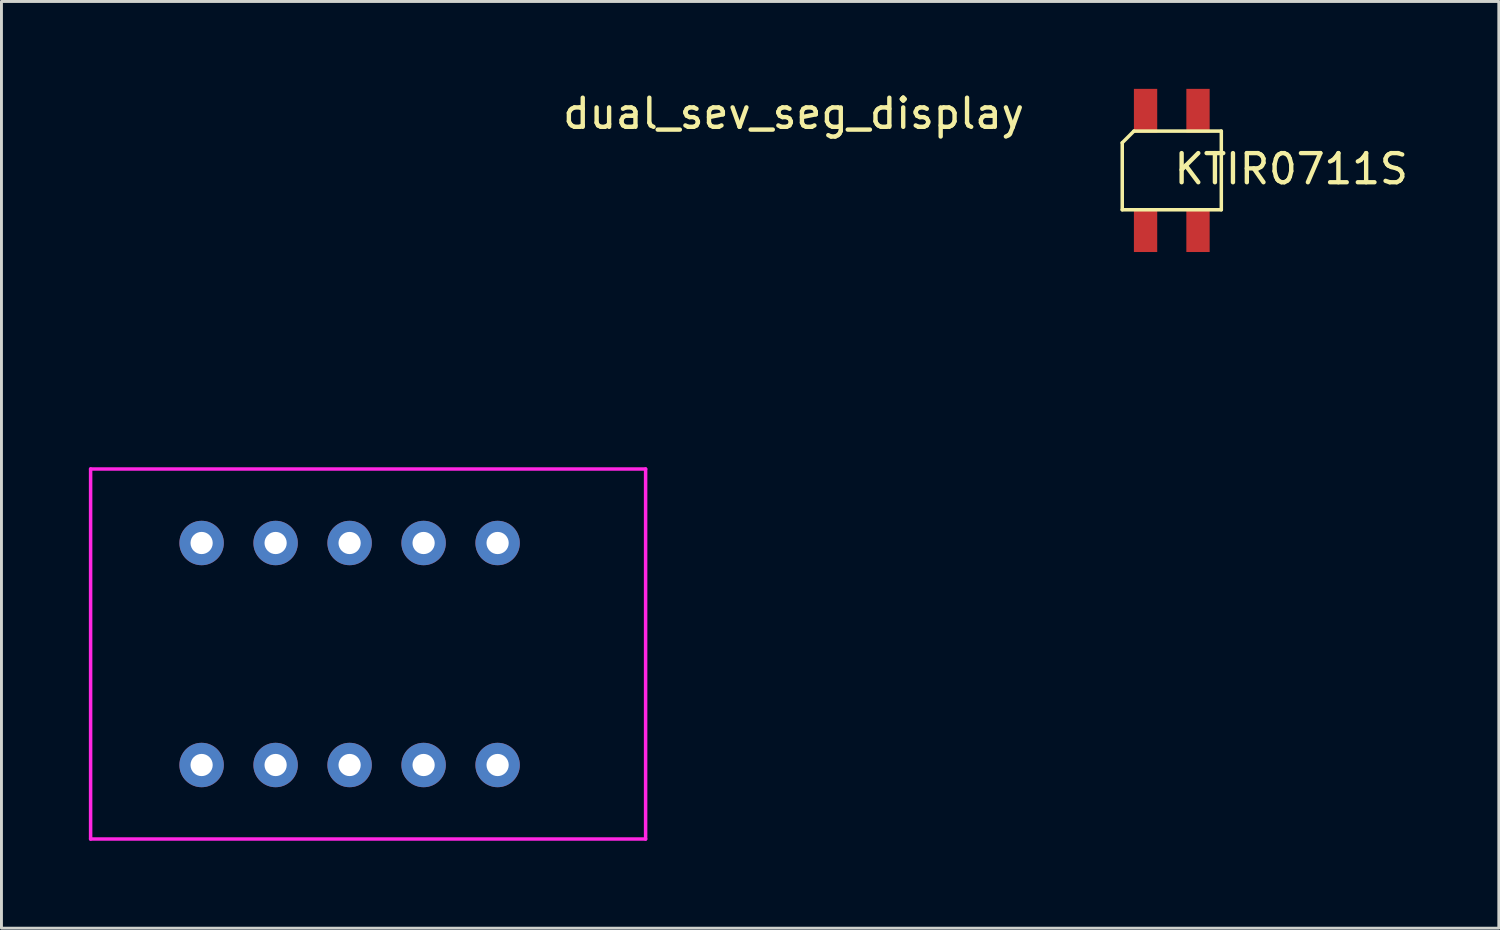
<source format=kicad_pcb>
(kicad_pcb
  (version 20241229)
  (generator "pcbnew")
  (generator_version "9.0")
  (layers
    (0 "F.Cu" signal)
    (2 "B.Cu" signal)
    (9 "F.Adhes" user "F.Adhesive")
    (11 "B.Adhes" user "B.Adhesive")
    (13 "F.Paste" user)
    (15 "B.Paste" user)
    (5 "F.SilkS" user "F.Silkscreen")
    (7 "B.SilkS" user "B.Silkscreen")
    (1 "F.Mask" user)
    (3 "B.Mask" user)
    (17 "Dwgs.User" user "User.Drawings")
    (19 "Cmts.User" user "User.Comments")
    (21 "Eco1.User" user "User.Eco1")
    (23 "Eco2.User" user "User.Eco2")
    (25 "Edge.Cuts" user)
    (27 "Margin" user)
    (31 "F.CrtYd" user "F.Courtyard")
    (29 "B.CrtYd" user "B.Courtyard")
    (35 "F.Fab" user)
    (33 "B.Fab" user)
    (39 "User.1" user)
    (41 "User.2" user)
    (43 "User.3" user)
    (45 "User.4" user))
  (footprint "KTIR0711S"
    (layer "F.Cu")
    (at 35.47 4.15)
    (property "Reference" "KTIR0711S" (at 5.8 -1.4 0) (layer "F.SilkS") (effects (font (size 1 1) (thickness 0.15))))
    (attr through_hole)
    (fp_line (start 0 -2.3) (end 0 0) (stroke (width 0.12) (type solid)) (layer "F.SilkS"))
    (fp_line (start 0 -2.3) (end 0.4 -2.7) (stroke (width 0.12) (type solid)) (layer "F.SilkS"))
    (fp_line (start 0.4 -2.7) (end 3.4 -2.7) (stroke (width 0.12) (type solid)) (layer "F.SilkS"))
    (fp_line (start 3.4 -2.7) (end 3.4 0) (stroke (width 0.12) (type solid)) (layer "F.SilkS"))
    (fp_line (start 3.4 0) (end 0 0) (stroke (width 0.12) (type solid)) (layer "F.SilkS"))
    (pad "1" smd rect (at 0.8 -3.4 180) (size 0.8 1.5) (layers "F.Cu" "F.Mask" "F.Paste"))
    (pad "2" smd rect (at 2.6 -3.4 180) (size 0.8 1.5) (layers "F.Cu" "F.Mask" "F.Paste"))
    (pad "3" smd rect (at 2.6 0.7) (size 0.8 1.5) (layers "F.Cu" "F.Mask" "F.Paste"))
    (pad "4" smd rect (at 0.8 0.7) (size 0.8 1.5) (layers "F.Cu" "F.Mask" "F.Paste")))
  (footprint "dual_sev_seg_display"
    (layer "F.Cu")
    (at 3.87 23.208)
    (property "Reference" "dual_sev_seg_display" (at 20.32 -22.36 0) (layer "F.SilkS") (effects (font (size 1 1) (thickness 0.15))))
    (attr through_hole)
    (fp_line (start -3.81 -10.16) (end 15.24 -10.16) (stroke (width 0.12) (type solid)) (layer "F.CrtYd"))
    (fp_line (start -3.81 2.54) (end -3.81 -10.16) (stroke (width 0.12) (type solid)) (layer "F.CrtYd"))
    (fp_line (start 15.24 -10.16) (end 15.24 2.54) (stroke (width 0.12) (type solid)) (layer "F.CrtYd"))
    (fp_line (start 15.24 2.54) (end -3.81 2.54) (stroke (width 0.12) (type solid)) (layer "F.CrtYd"))
    (pad "1" thru_hole circle (at 0 0) (size 1.524 1.524) (drill 0.762) (layers "*.Cu" "*.Mask"))
    (pad "2" thru_hole circle (at 2.54 0) (size 1.524 1.524) (drill 0.762) (layers "*.Cu" "*.Mask"))
    (pad "3" thru_hole circle (at 5.08 0) (size 1.524 1.524) (drill 0.762) (layers "*.Cu" "*.Mask"))
    (pad "4" thru_hole circle (at 7.62 0) (size 1.524 1.524) (drill 0.762) (layers "*.Cu" "*.Mask"))
    (pad "5" thru_hole circle (at 10.16 0) (size 1.524 1.524) (drill 0.762) (layers "*.Cu" "*.Mask"))
    (pad "6" thru_hole circle (at 10.16 -7.62) (size 1.524 1.524) (drill 0.762) (layers "*.Cu" "*.Mask"))
    (pad "7" thru_hole circle (at 7.62 -7.62) (size 1.524 1.524) (drill 0.762) (layers "*.Cu" "*.Mask"))
    (pad "8" thru_hole circle (at 5.08 -7.62) (size 1.524 1.524) (drill 0.762) (layers "*.Cu" "*.Mask"))
    (pad "9" thru_hole circle (at 2.54 -7.62) (size 1.524 1.524) (drill 0.762) (layers "*.Cu" "*.Mask"))
    (pad "10" thru_hole circle (at 0 -7.62) (size 1.524 1.524) (drill 0.762) (layers "*.Cu" "*.Mask")))
  (gr_rect
    (start -3 -3)
    (end 48.395 28.808)
    (stroke (width 0.1) (type default))
    (fill no)
    (layer "Edge.Cuts")))
</source>
